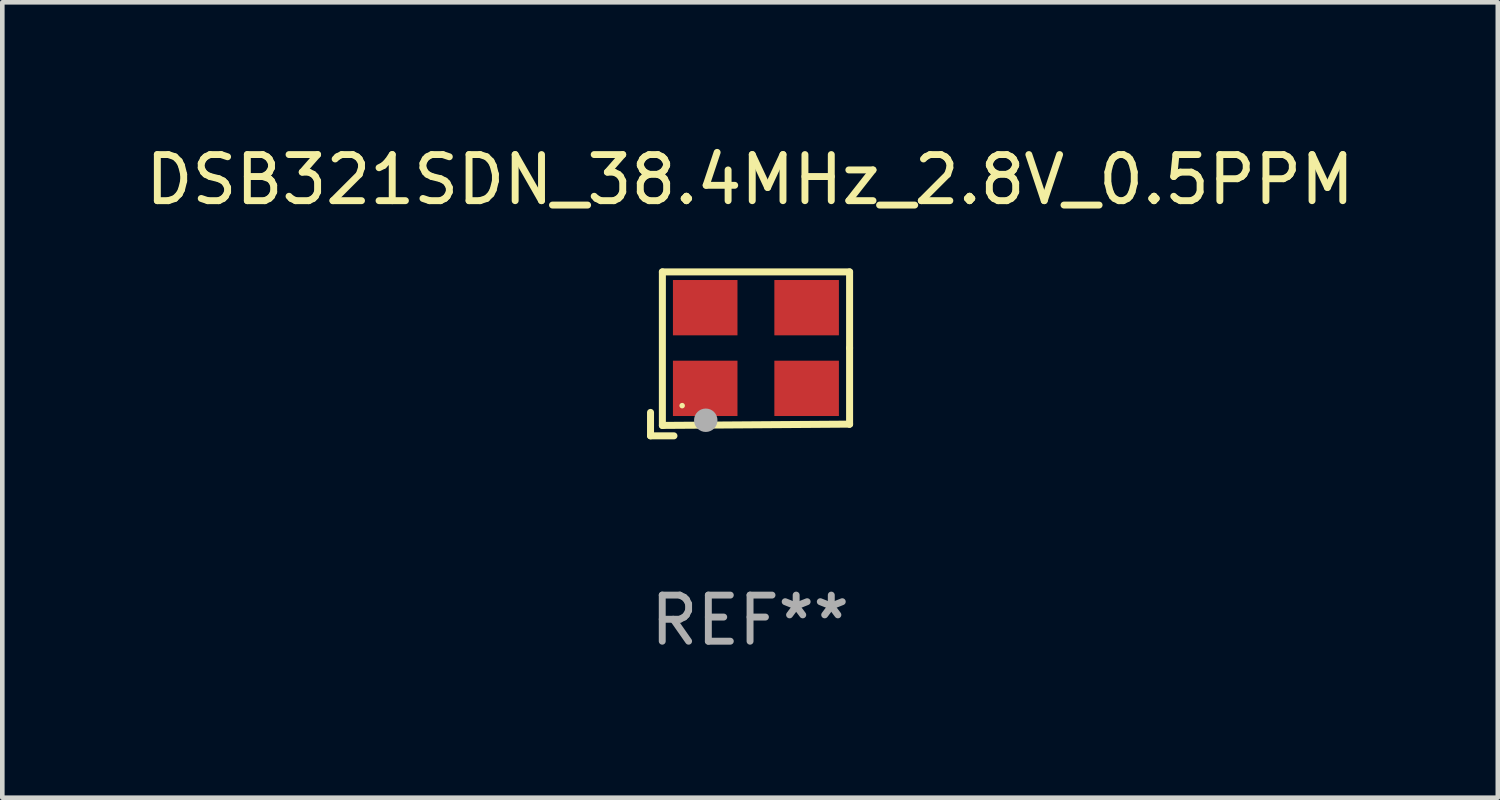
<source format=kicad_pcb>
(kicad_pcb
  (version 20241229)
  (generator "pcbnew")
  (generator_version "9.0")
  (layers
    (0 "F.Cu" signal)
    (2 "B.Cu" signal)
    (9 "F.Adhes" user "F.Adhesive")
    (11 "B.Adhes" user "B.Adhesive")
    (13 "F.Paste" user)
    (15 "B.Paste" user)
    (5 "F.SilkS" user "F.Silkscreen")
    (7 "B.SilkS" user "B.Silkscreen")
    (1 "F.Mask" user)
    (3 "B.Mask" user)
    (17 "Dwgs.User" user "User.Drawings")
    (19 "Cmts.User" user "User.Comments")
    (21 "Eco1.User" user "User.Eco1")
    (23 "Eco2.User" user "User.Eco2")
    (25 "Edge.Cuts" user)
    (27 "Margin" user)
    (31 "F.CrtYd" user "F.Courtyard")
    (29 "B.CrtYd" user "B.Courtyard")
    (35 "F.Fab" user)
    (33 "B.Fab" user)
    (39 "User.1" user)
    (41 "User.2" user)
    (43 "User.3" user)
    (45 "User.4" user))
  (footprint "DSB321SDN_38.4MHz_2.8V_0.5PPM"
    (layer "F.Cu")
    (at 13.22 4.626)
    (property "Reference" "DSB321SDN_38.4MHz_2.8V_0.5PPM" (at 0 -3.778 0) (layer "F.SilkS") (effects (font (size 1 1) (thickness 0.15))))
    (attr through_hole)
    (fp_line (start -2.159 1.27) (end -2.159 1.778) (stroke (width 0.152) (type solid)) (layer "F.SilkS"))
    (fp_line (start -2.159 1.778) (end -1.651 1.778) (stroke (width 0.152) (type solid)) (layer "F.SilkS"))
    (fp_line (start -1.902 -1.778) (end 2.159 -1.778) (stroke (width 0.152) (type solid)) (layer "F.SilkS"))
    (fp_line (start -1.902 1.552) (end -1.902 -1.778) (stroke (width 0.152) (type solid)) (layer "F.SilkS"))
    (fp_line (start 2.159 -1.778) (end 2.159 -0.127) (stroke (width 0.152) (type solid)) (layer "F.SilkS"))
    (fp_line (start 2.159 -0.127) (end 2.159 1.524) (stroke (width 0.152) (type solid)) (layer "F.SilkS"))
    (fp_line (start 2.159 1.524) (end -1.902 1.552) (stroke (width 0.152) (type solid)) (layer "F.SilkS"))
    (fp_line (start 2.159 1.524) (end 2.159 1.524) (stroke (width 0.152) (type solid)) (layer "F.SilkS"))
    (fp_circle (center -1.473 1.123) (end -1.443 1.123) (stroke (width 0.06) (type solid)) (fill no) (layer "F.SilkS"))
    (fp_circle (center -0.961 1.44) (end -0.834 1.44) (stroke (width 0.254) (type solid)) (fill no) (layer "F.Fab"))
    (fp_text user "REF**" (at 0 5.778 0) (layer "F.Fab") (effects (font (size 1 1) (thickness 0.15))))
    (pad "1" smd rect (at -0.973 0.748) (size 1.4 1.2) (layers "F.Cu" "F.Mask" "F.Paste"))
    (pad "2" smd rect (at 1.227 0.748) (size 1.4 1.2) (layers "F.Cu" "F.Mask" "F.Paste"))
    (pad "3" smd rect (at 1.227 -1.002) (size 1.4 1.2) (layers "F.Cu" "F.Mask" "F.Paste"))
    (pad "4" smd rect (at -0.973 -1.002) (size 1.4 1.2) (layers "F.Cu" "F.Mask" "F.Paste")))
  (gr_rect
    (start -3 -3)
    (end 29.44 14.253)
    (stroke (width 0.1) (type default))
    (fill no)
    (layer "Edge.Cuts")))
</source>
